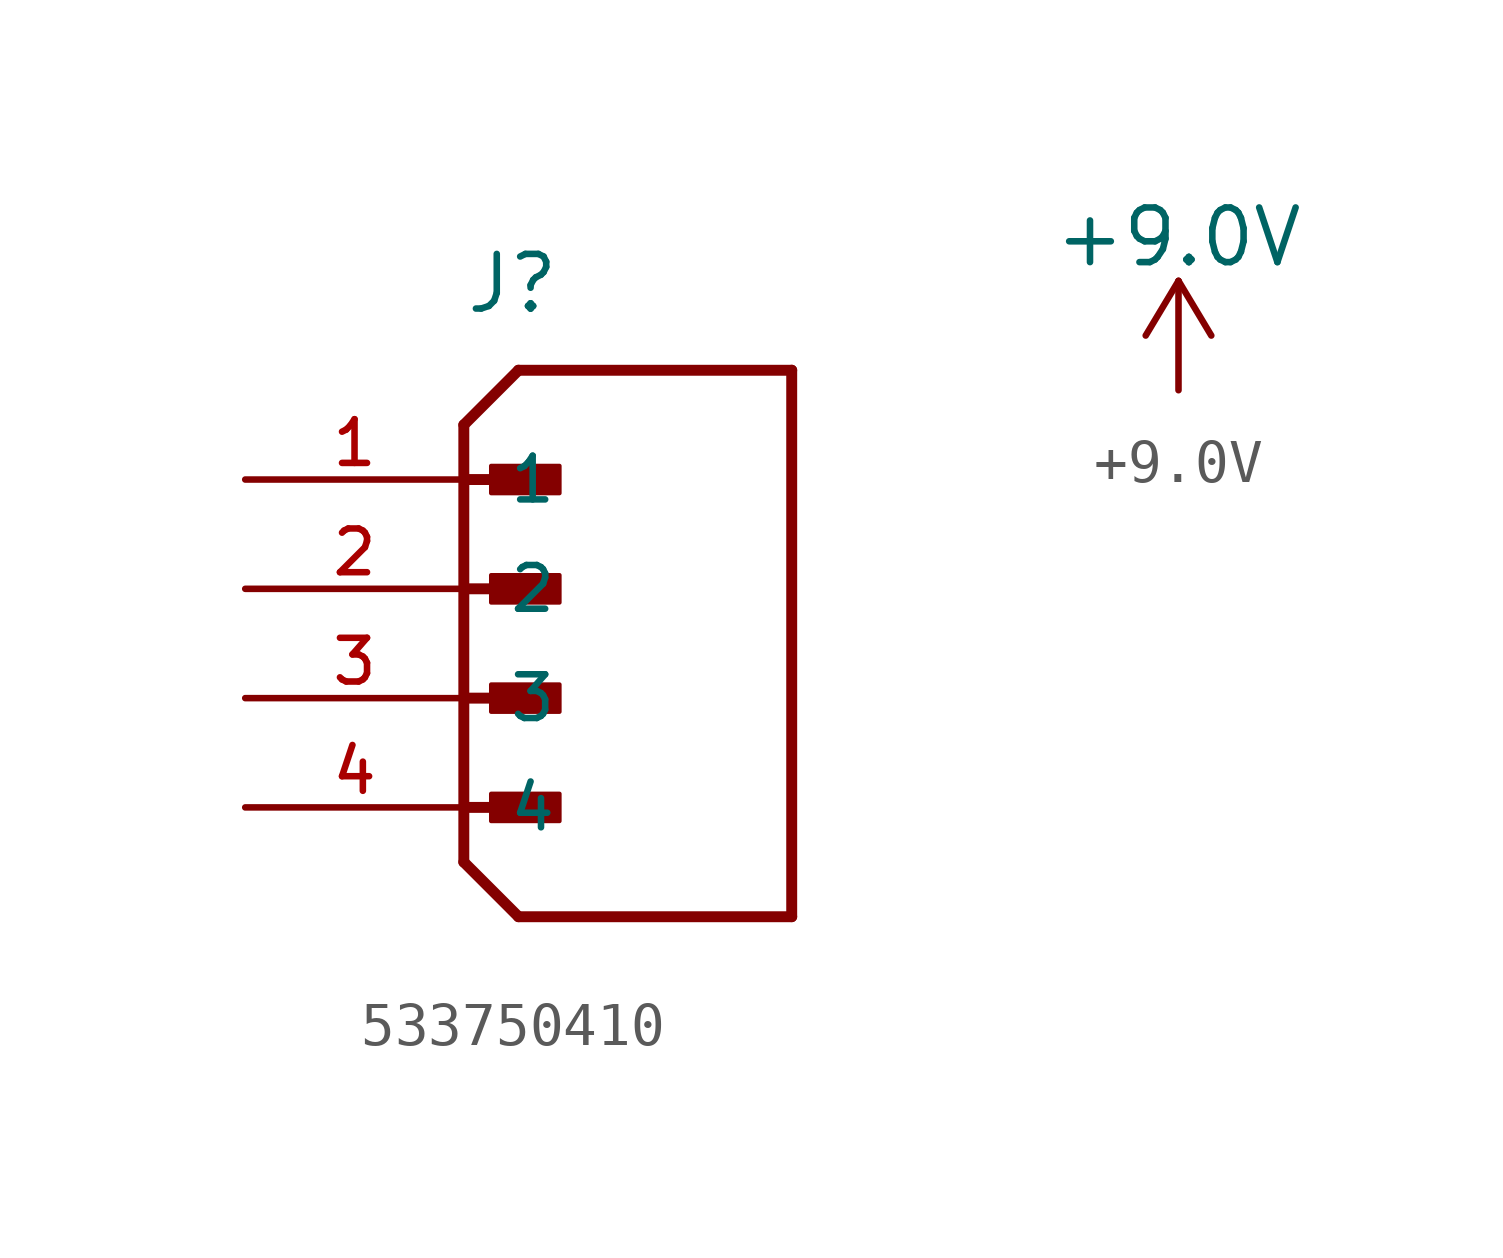
<source format=kicad_sym>
(kicad_symbol_lib
  (version 20211014)
  (generator kicad_symbol_editor)
  (symbol "533750410"
    (pin_names
      (offset 1.016))
    (property "Reference" "J"
      (at 0 6.35 0)
      (effects (font (size 1.27 1.27)) (justify left bottom)))
    (symbol "533750410_0_0"
      (polyline (pts (xy 0 -6.35) (xy 1.27 -7.62)) (stroke (width 0.254) (type default) (color 0 0 0 0)) (fill (type none)))
      (polyline (pts (xy 0 -5.08) (xy 1.905 -5.08)) (stroke (width 0.254) (type default) (color 0 0 0 0)) (fill (type none)))
      (polyline (pts (xy 0 -2.54) (xy 1.905 -2.54)) (stroke (width 0.254) (type default) (color 0 0 0 0)) (fill (type none)))
      (polyline (pts (xy 0 0) (xy 1.905 0)) (stroke (width 0.254) (type default) (color 0 0 0 0)) (fill (type none)))
      (polyline (pts (xy 0 2.54) (xy 0 -6.35)) (stroke (width 0.254) (type default) (color 0 0 0 0)) (fill (type none)))
      (polyline (pts (xy 0 2.54) (xy 1.905 2.54)) (stroke (width 0.254) (type default) (color 0 0 0 0)) (fill (type none)))
      (polyline (pts (xy 0 3.81) (xy 0 2.54)) (stroke (width 0.254) (type default) (color 0 0 0 0)) (fill (type none)))
      (polyline (pts (xy 0 3.81) (xy 1.27 5.08)) (stroke (width 0.254) (type default) (color 0 0 0 0)) (fill (type none)))
      (polyline (pts (xy 1.27 -7.62) (xy 7.62 -7.62)) (stroke (width 0.254) (type default) (color 0 0 0 0)) (fill (type none)))
      (polyline (pts (xy 7.62 -7.62) (xy 7.62 5.08)) (stroke (width 0.254) (type default) (color 0 0 0 0)) (fill (type none)))
      (polyline (pts (xy 7.62 5.08) (xy 1.27 5.08)) (stroke (width 0.254) (type default) (color 0 0 0 0)) (fill (type none)))
      (rectangle (start 0.635 -5.397) (end 2.223 -4.763) (stroke (width 0.1) (type default) (color 0 0 0 0)) (fill (type outline)))
      (rectangle (start 0.635 -2.857) (end 2.223 -2.223) (stroke (width 0.1) (type default) (color 0 0 0 0)) (fill (type outline)))
      (rectangle (start 0.635 -0.318) (end 2.223 0.318) (stroke (width 0.1) (type default) (color 0 0 0 0)) (fill (type outline)))
      (rectangle (start 0.635 2.223) (end 2.223 2.857) (stroke (width 0.1) (type default) (color 0 0 0 0)) (fill (type outline)))
      (pin passive line (at -5.08 2.54 0) (length 5.08) (name "1" (effects (font (size 1.016 1.016)))) (number "1" (effects (font (size 1.016 1.016)))))
      (pin passive line (at -5.08 0 0) (length 5.08) (name "2" (effects (font (size 1.016 1.016)))) (number "2" (effects (font (size 1.016 1.016)))))
      (pin passive line (at -5.08 -2.54 0) (length 5.08) (name "3" (effects (font (size 1.016 1.016)))) (number "3" (effects (font (size 1.016 1.016)))))
      (pin passive line (at -5.08 -5.08 0) (length 5.08) (name "4" (effects (font (size 1.016 1.016)))) (number "4" (effects (font (size 1.016 1.016)))))))
  (symbol "+9.0V"
    (power)
    (pin_names
      (offset 0))
    (property "Reference" "#PWR"
      (at 5.207 -4.191 0)
      (effects (font (size 1.27 1.27)) hide))
    (property "Value" "+9.0V"
      (at 0 3.556 0)
      (effects (font (size 1.27 1.27))))
    (symbol "+9.0V_0_1"
      (polyline (pts (xy -0.762 1.27) (xy 0 2.54)) (stroke (width 0) (type default) (color 0 0 0 0)) (fill (type none)))
      (polyline (pts (xy 0 0) (xy 0 2.54)) (stroke (width 0) (type default) (color 0 0 0 0)) (fill (type none)))
      (polyline (pts (xy 0 2.54) (xy 0.762 1.27)) (stroke (width 0) (type default) (color 0 0 0 0)) (fill (type none))))
    (symbol "+9.0V_1_1"
      (pin power_in line (at 0 0 90) (length 0) hide (name "+9.0V" (effects (font (size 1.27 1.27)))) (number "1" (effects (font (size 1.27 1.27))))))))
</source>
